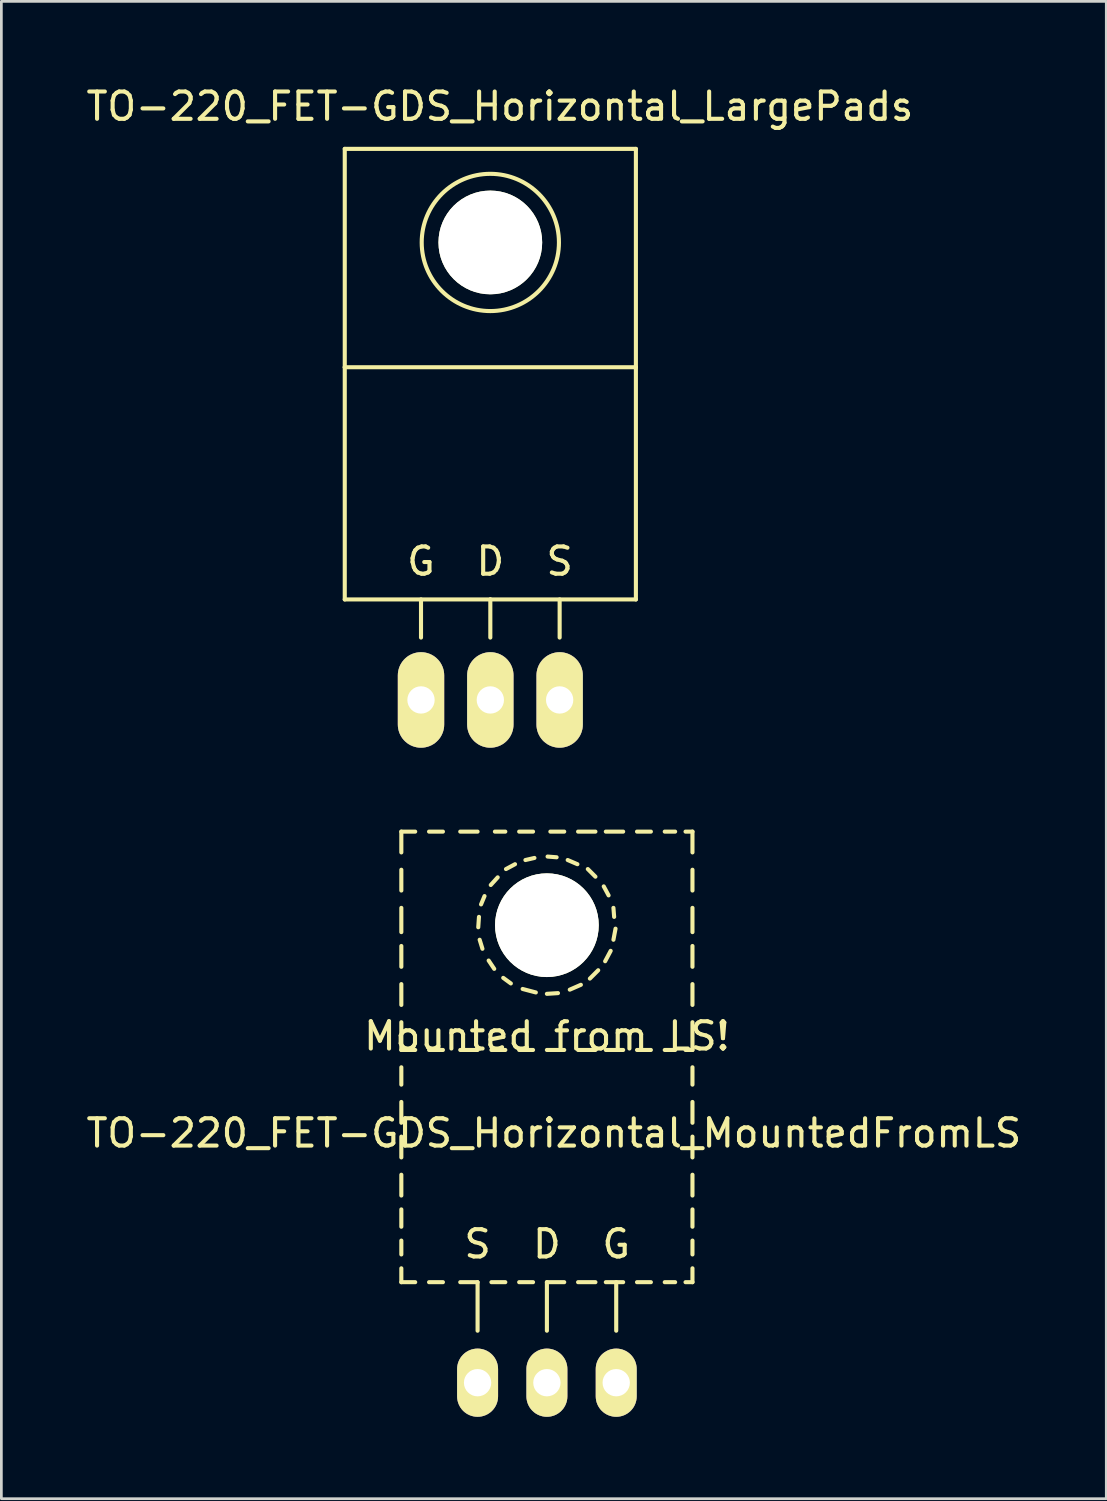
<source format=kicad_pcb>
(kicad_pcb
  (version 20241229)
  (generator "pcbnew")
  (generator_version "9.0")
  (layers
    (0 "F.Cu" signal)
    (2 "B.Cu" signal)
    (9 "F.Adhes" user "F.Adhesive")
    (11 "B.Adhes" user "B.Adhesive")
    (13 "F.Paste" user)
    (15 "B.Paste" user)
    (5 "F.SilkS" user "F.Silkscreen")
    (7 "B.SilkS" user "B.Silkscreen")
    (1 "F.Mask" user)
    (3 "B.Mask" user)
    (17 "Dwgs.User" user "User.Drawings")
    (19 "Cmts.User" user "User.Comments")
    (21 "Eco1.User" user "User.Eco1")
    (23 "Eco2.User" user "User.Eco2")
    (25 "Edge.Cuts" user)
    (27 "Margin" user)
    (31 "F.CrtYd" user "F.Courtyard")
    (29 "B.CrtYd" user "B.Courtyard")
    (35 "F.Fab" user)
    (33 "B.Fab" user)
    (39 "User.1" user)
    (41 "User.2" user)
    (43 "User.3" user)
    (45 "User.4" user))
  (footprint "TO-220_FET-GDS_Horizontal_LargePads"
    (layer "F.Cu")
    (at 14.917 22.598)
    (property "Reference" "TO-220_FET-GDS_Horizontal_LargePads" (at 0.351 -21.75 0) (layer "F.SilkS") (effects (font (size 1 1) (thickness 0.15))))
    (attr through_hole)
    (fp_line (start -5.334 -20.193) (end -5.334 -12.192) (stroke (width 0.15) (type solid)) (layer "F.SilkS"))
    (fp_line (start -5.334 -12.192) (end -5.334 -3.683) (stroke (width 0.15) (type solid)) (layer "F.SilkS"))
    (fp_line (start -2.54 -3.683) (end -2.54 -2.286) (stroke (width 0.15) (type solid)) (layer "F.SilkS"))
    (fp_line (start 0 -3.683) (end -5.334 -3.683) (stroke (width 0.15) (type solid)) (layer "F.SilkS"))
    (fp_line (start 0 -3.683) (end 0 -2.286) (stroke (width 0.15) (type solid)) (layer "F.SilkS"))
    (fp_line (start 0 -3.683) (end 5.334 -3.683) (stroke (width 0.15) (type solid)) (layer "F.SilkS"))
    (fp_line (start 2.54 -3.683) (end 2.54 -2.286) (stroke (width 0.15) (type solid)) (layer "F.SilkS"))
    (fp_line (start 5.334 -20.193) (end -5.334 -20.193) (stroke (width 0.15) (type solid)) (layer "F.SilkS"))
    (fp_line (start 5.334 -12.192) (end -5.334 -12.192) (stroke (width 0.15) (type solid)) (layer "F.SilkS"))
    (fp_line (start 5.334 -12.192) (end 5.334 -20.193) (stroke (width 0.15) (type solid)) (layer "F.SilkS"))
    (fp_line (start 5.334 -3.683) (end 5.334 -12.192) (stroke (width 0.15) (type solid)) (layer "F.SilkS"))
    (fp_circle (center 0 -16.764) (end 1.778 -14.986) (stroke (width 0.15) (type solid)) (fill no) (layer "F.SilkS"))
    (fp_text user "S" (at 2.54 -5.08 0) (layer "F.SilkS") (effects (font (size 1 1) (thickness 0.15))))
    (fp_text user "D" (at 0 -5.08 0) (layer "F.SilkS") (effects (font (size 1 1) (thickness 0.15))))
    (fp_text user "G" (at -2.54 -5.08 0) (layer "F.SilkS") (effects (font (size 1 1) (thickness 0.15))))
    (pad "" np_thru_hole circle (at 0 -16.764 90) (size 3.8 3.8) (drill 3.8) (layers "*.Cu" "*.Mask" "F.SilkS"))
    (pad "D" thru_hole oval (at 0 0 90) (size 3.5 1.699) (drill 1.001) (layers "*.Cu" "*.Mask" "F.SilkS"))
    (pad "G" thru_hole oval (at -2.54 0 90) (size 3.5 1.699) (drill 1.001) (layers "*.Cu" "*.Mask" "F.SilkS"))
    (pad "S" thru_hole oval (at 2.54 0 90) (size 3.5 1.699) (drill 1.001) (layers "*.Cu" "*.Mask" "F.SilkS")))
  (footprint "TO-220_FET-GDS_Horizontal_MountedFromLS"
    (layer "F.Cu")
    (at 16.99 47.616)
    (property "Reference" "TO-220_FET-GDS_Horizontal_MountedFromLS" (at 0.254 -9.144 0) (layer "F.SilkS") (effects (font (size 1 1) (thickness 0.15))))
    (attr through_hole)
    (fp_line (start -5.334 -20.193) (end -5.334 -19.431) (stroke (width 0.15) (type solid)) (layer "F.SilkS"))
    (fp_line (start -5.334 -20.193) (end -4.826 -20.193) (stroke (width 0.15) (type solid)) (layer "F.SilkS"))
    (fp_line (start -5.334 -18.796) (end -5.334 -18.034) (stroke (width 0.15) (type solid)) (layer "F.SilkS"))
    (fp_line (start -5.334 -17.399) (end -5.334 -16.51) (stroke (width 0.15) (type solid)) (layer "F.SilkS"))
    (fp_line (start -5.334 -16.002) (end -5.334 -15.24) (stroke (width 0.15) (type solid)) (layer "F.SilkS"))
    (fp_line (start -5.334 -14.605) (end -5.334 -13.843) (stroke (width 0.15) (type solid)) (layer "F.SilkS"))
    (fp_line (start -5.334 -13.208) (end -5.334 -12.192) (stroke (width 0.15) (type solid)) (layer "F.SilkS"))
    (fp_line (start -5.334 -12.192) (end -4.826 -12.192) (stroke (width 0.15) (type solid)) (layer "F.SilkS"))
    (fp_line (start -5.334 -11.557) (end -5.334 -10.922) (stroke (width 0.15) (type solid)) (layer "F.SilkS"))
    (fp_line (start -5.334 -10.287) (end -5.334 -9.525) (stroke (width 0.15) (type solid)) (layer "F.SilkS"))
    (fp_line (start -5.334 -9.017) (end -5.334 -8.255) (stroke (width 0.15) (type solid)) (layer "F.SilkS"))
    (fp_line (start -5.334 -7.62) (end -5.334 -6.858) (stroke (width 0.15) (type solid)) (layer "F.SilkS"))
    (fp_line (start -5.334 -6.35) (end -5.334 -5.715) (stroke (width 0.15) (type solid)) (layer "F.SilkS"))
    (fp_line (start -5.334 -5.207) (end -5.334 -4.699) (stroke (width 0.15) (type solid)) (layer "F.SilkS"))
    (fp_line (start -5.334 -4.191) (end -5.334 -3.683) (stroke (width 0.15) (type solid)) (layer "F.SilkS"))
    (fp_line (start -5.334 -3.683) (end -4.826 -3.683) (stroke (width 0.15) (type solid)) (layer "F.SilkS"))
    (fp_line (start -4.318 -20.193) (end -3.81 -20.193) (stroke (width 0.15) (type solid)) (layer "F.SilkS"))
    (fp_line (start -4.318 -12.192) (end -3.81 -12.192) (stroke (width 0.15) (type solid)) (layer "F.SilkS"))
    (fp_line (start -4.318 -3.683) (end -3.81 -3.683) (stroke (width 0.15) (type solid)) (layer "F.SilkS"))
    (fp_line (start -3.175 -20.193) (end -2.54 -20.193) (stroke (width 0.15) (type solid)) (layer "F.SilkS"))
    (fp_line (start -3.175 -12.192) (end -2.54 -12.192) (stroke (width 0.15) (type solid)) (layer "F.SilkS"))
    (fp_line (start -3.175 -3.683) (end -2.54 -3.683) (stroke (width 0.15) (type solid)) (layer "F.SilkS"))
    (fp_line (start -2.54 -3.683) (end -2.54 -1.905) (stroke (width 0.15) (type solid)) (layer "F.SilkS"))
    (fp_line (start -2.515 -16.688) (end -2.489 -17.069) (stroke (width 0.15) (type solid)) (layer "F.SilkS"))
    (fp_line (start -2.413 -17.526) (end -2.286 -17.831) (stroke (width 0.15) (type solid)) (layer "F.SilkS"))
    (fp_line (start -2.362 -15.9) (end -2.464 -16.231) (stroke (width 0.15) (type solid)) (layer "F.SilkS"))
    (fp_line (start -2.057 -18.237) (end -1.803 -18.517) (stroke (width 0.15) (type solid)) (layer "F.SilkS"))
    (fp_line (start -2.032 -12.192) (end -1.524 -12.192) (stroke (width 0.15) (type solid)) (layer "F.SilkS"))
    (fp_line (start -2.032 -3.683) (end -1.524 -3.683) (stroke (width 0.15) (type solid)) (layer "F.SilkS"))
    (fp_line (start -1.93 -15.164) (end -2.134 -15.469) (stroke (width 0.15) (type solid)) (layer "F.SilkS"))
    (fp_line (start -1.905 -20.193) (end -1.524 -20.193) (stroke (width 0.15) (type solid)) (layer "F.SilkS"))
    (fp_line (start -1.499 -18.821) (end -1.168 -18.999) (stroke (width 0.15) (type solid)) (layer "F.SilkS"))
    (fp_line (start -1.321 -14.63) (end -1.6 -14.834) (stroke (width 0.15) (type solid)) (layer "F.SilkS"))
    (fp_line (start -1.016 -20.193) (end -0.508 -20.193) (stroke (width 0.15) (type solid)) (layer "F.SilkS"))
    (fp_line (start -1.016 -12.192) (end -0.508 -12.192) (stroke (width 0.15) (type solid)) (layer "F.SilkS"))
    (fp_line (start -1.016 -3.683) (end -0.508 -3.683) (stroke (width 0.15) (type solid)) (layer "F.SilkS"))
    (fp_line (start -0.787 -19.152) (end -0.457 -19.228) (stroke (width 0.15) (type solid)) (layer "F.SilkS"))
    (fp_line (start -0.406 -14.3) (end -0.889 -14.427) (stroke (width 0.15) (type solid)) (layer "F.SilkS"))
    (fp_line (start 0 -12.192) (end 0.635 -12.192) (stroke (width 0.15) (type solid)) (layer "F.SilkS"))
    (fp_line (start 0 -3.683) (end 0 -1.905) (stroke (width 0.15) (type solid)) (layer "F.SilkS"))
    (fp_line (start 0 -3.683) (end 0.635 -3.683) (stroke (width 0.15) (type solid)) (layer "F.SilkS"))
    (fp_line (start 0.025 -19.279) (end 0.356 -19.253) (stroke (width 0.15) (type solid)) (layer "F.SilkS"))
    (fp_line (start 0.127 -20.193) (end 0.635 -20.193) (stroke (width 0.15) (type solid)) (layer "F.SilkS"))
    (fp_line (start 0.406 -14.275) (end 0 -14.249) (stroke (width 0.15) (type solid)) (layer "F.SilkS"))
    (fp_line (start 0.762 -19.152) (end 1.118 -18.999) (stroke (width 0.15) (type solid)) (layer "F.SilkS"))
    (fp_line (start 1.143 -20.193) (end 1.778 -20.193) (stroke (width 0.15) (type solid)) (layer "F.SilkS"))
    (fp_line (start 1.143 -12.192) (end 1.778 -12.192) (stroke (width 0.15) (type solid)) (layer "F.SilkS"))
    (fp_line (start 1.143 -3.683) (end 1.778 -3.683) (stroke (width 0.15) (type solid)) (layer "F.SilkS"))
    (fp_line (start 1.245 -14.58) (end 0.838 -14.402) (stroke (width 0.15) (type solid)) (layer "F.SilkS"))
    (fp_line (start 1.499 -18.821) (end 1.778 -18.542) (stroke (width 0.15) (type solid)) (layer "F.SilkS"))
    (fp_line (start 1.88 -15.113) (end 1.575 -14.808) (stroke (width 0.15) (type solid)) (layer "F.SilkS"))
    (fp_line (start 2.083 -18.186) (end 2.261 -17.856) (stroke (width 0.15) (type solid)) (layer "F.SilkS"))
    (fp_line (start 2.159 -20.193) (end 2.794 -20.193) (stroke (width 0.15) (type solid)) (layer "F.SilkS"))
    (fp_line (start 2.159 -12.192) (end 2.794 -12.192) (stroke (width 0.15) (type solid)) (layer "F.SilkS"))
    (fp_line (start 2.159 -3.683) (end 2.794 -3.683) (stroke (width 0.15) (type solid)) (layer "F.SilkS"))
    (fp_line (start 2.337 -15.824) (end 2.134 -15.443) (stroke (width 0.15) (type solid)) (layer "F.SilkS"))
    (fp_line (start 2.438 -17.399) (end 2.464 -17.069) (stroke (width 0.15) (type solid)) (layer "F.SilkS"))
    (fp_line (start 2.515 -16.637) (end 2.438 -16.231) (stroke (width 0.15) (type solid)) (layer "F.SilkS"))
    (fp_line (start 2.54 -3.683) (end 2.54 -1.905) (stroke (width 0.15) (type solid)) (layer "F.SilkS"))
    (fp_line (start 3.302 -20.193) (end 3.81 -20.193) (stroke (width 0.15) (type solid)) (layer "F.SilkS"))
    (fp_line (start 3.302 -12.192) (end 3.81 -12.192) (stroke (width 0.15) (type solid)) (layer "F.SilkS"))
    (fp_line (start 3.302 -3.683) (end 3.81 -3.683) (stroke (width 0.15) (type solid)) (layer "F.SilkS"))
    (fp_line (start 4.318 -20.193) (end 4.699 -20.193) (stroke (width 0.15) (type solid)) (layer "F.SilkS"))
    (fp_line (start 4.318 -12.192) (end 4.699 -12.192) (stroke (width 0.15) (type solid)) (layer "F.SilkS"))
    (fp_line (start 4.318 -3.683) (end 4.699 -3.683) (stroke (width 0.15) (type solid)) (layer "F.SilkS"))
    (fp_line (start 5.08 -20.193) (end 5.334 -20.193) (stroke (width 0.15) (type solid)) (layer "F.SilkS"))
    (fp_line (start 5.08 -12.192) (end 5.334 -12.192) (stroke (width 0.15) (type solid)) (layer "F.SilkS"))
    (fp_line (start 5.08 -3.683) (end 5.334 -3.683) (stroke (width 0.15) (type solid)) (layer "F.SilkS"))
    (fp_line (start 5.334 -20.193) (end 5.334 -19.431) (stroke (width 0.15) (type solid)) (layer "F.SilkS"))
    (fp_line (start 5.334 -18.796) (end 5.334 -18.034) (stroke (width 0.15) (type solid)) (layer "F.SilkS"))
    (fp_line (start 5.334 -17.399) (end 5.334 -16.51) (stroke (width 0.15) (type solid)) (layer "F.SilkS"))
    (fp_line (start 5.334 -16.002) (end 5.334 -15.24) (stroke (width 0.15) (type solid)) (layer "F.SilkS"))
    (fp_line (start 5.334 -14.605) (end 5.334 -13.843) (stroke (width 0.15) (type solid)) (layer "F.SilkS"))
    (fp_line (start 5.334 -13.208) (end 5.334 -12.192) (stroke (width 0.15) (type solid)) (layer "F.SilkS"))
    (fp_line (start 5.334 -11.557) (end 5.334 -10.922) (stroke (width 0.15) (type solid)) (layer "F.SilkS"))
    (fp_line (start 5.334 -10.287) (end 5.334 -9.525) (stroke (width 0.15) (type solid)) (layer "F.SilkS"))
    (fp_line (start 5.334 -9.017) (end 5.334 -8.255) (stroke (width 0.15) (type solid)) (layer "F.SilkS"))
    (fp_line (start 5.334 -7.62) (end 5.334 -6.858) (stroke (width 0.15) (type solid)) (layer "F.SilkS"))
    (fp_line (start 5.334 -6.35) (end 5.334 -5.715) (stroke (width 0.15) (type solid)) (layer "F.SilkS"))
    (fp_line (start 5.334 -5.207) (end 5.334 -4.699) (stroke (width 0.15) (type solid)) (layer "F.SilkS"))
    (fp_line (start 5.334 -4.191) (end 5.334 -3.683) (stroke (width 0.15) (type solid)) (layer "F.SilkS"))
    (fp_text user "G" (at 2.54 -5.08 0) (layer "F.SilkS") (effects (font (size 1 1) (thickness 0.15))))
    (fp_text user "S" (at -2.54 -5.08 0) (layer "F.SilkS") (effects (font (size 1 1) (thickness 0.15))))
    (fp_text user "Mounted from LS!" (at 0 -12.7 0) (layer "F.SilkS") (effects (font (size 1 1) (thickness 0.15))))
    (fp_text user "D" (at 0 -5.08 0) (layer "F.SilkS") (effects (font (size 1 1) (thickness 0.15))))
    (pad "" np_thru_hole circle (at 0 -16.764 90) (size 3.8 3.8) (drill 3.8) (layers "*.Cu" "*.Mask" "F.SilkS"))
    (pad "D" thru_hole oval (at 0 0 90) (size 2.499 1.501) (drill 1.001) (layers "*.Cu" "*.Mask" "F.SilkS"))
    (pad "G" thru_hole oval (at 2.54 0 90) (size 2.499 1.501) (drill 1.001) (layers "*.Cu" "*.Mask" "F.SilkS"))
    (pad "S" thru_hole oval (at -2.54 0 90) (size 2.499 1.501) (drill 1.001) (layers "*.Cu" "*.Mask" "F.SilkS")))
  (gr_rect
    (start -3 -3)
    (end 37.488 51.866)
    (stroke (width 0.1) (type default))
    (fill no)
    (layer "Edge.Cuts")))
</source>
